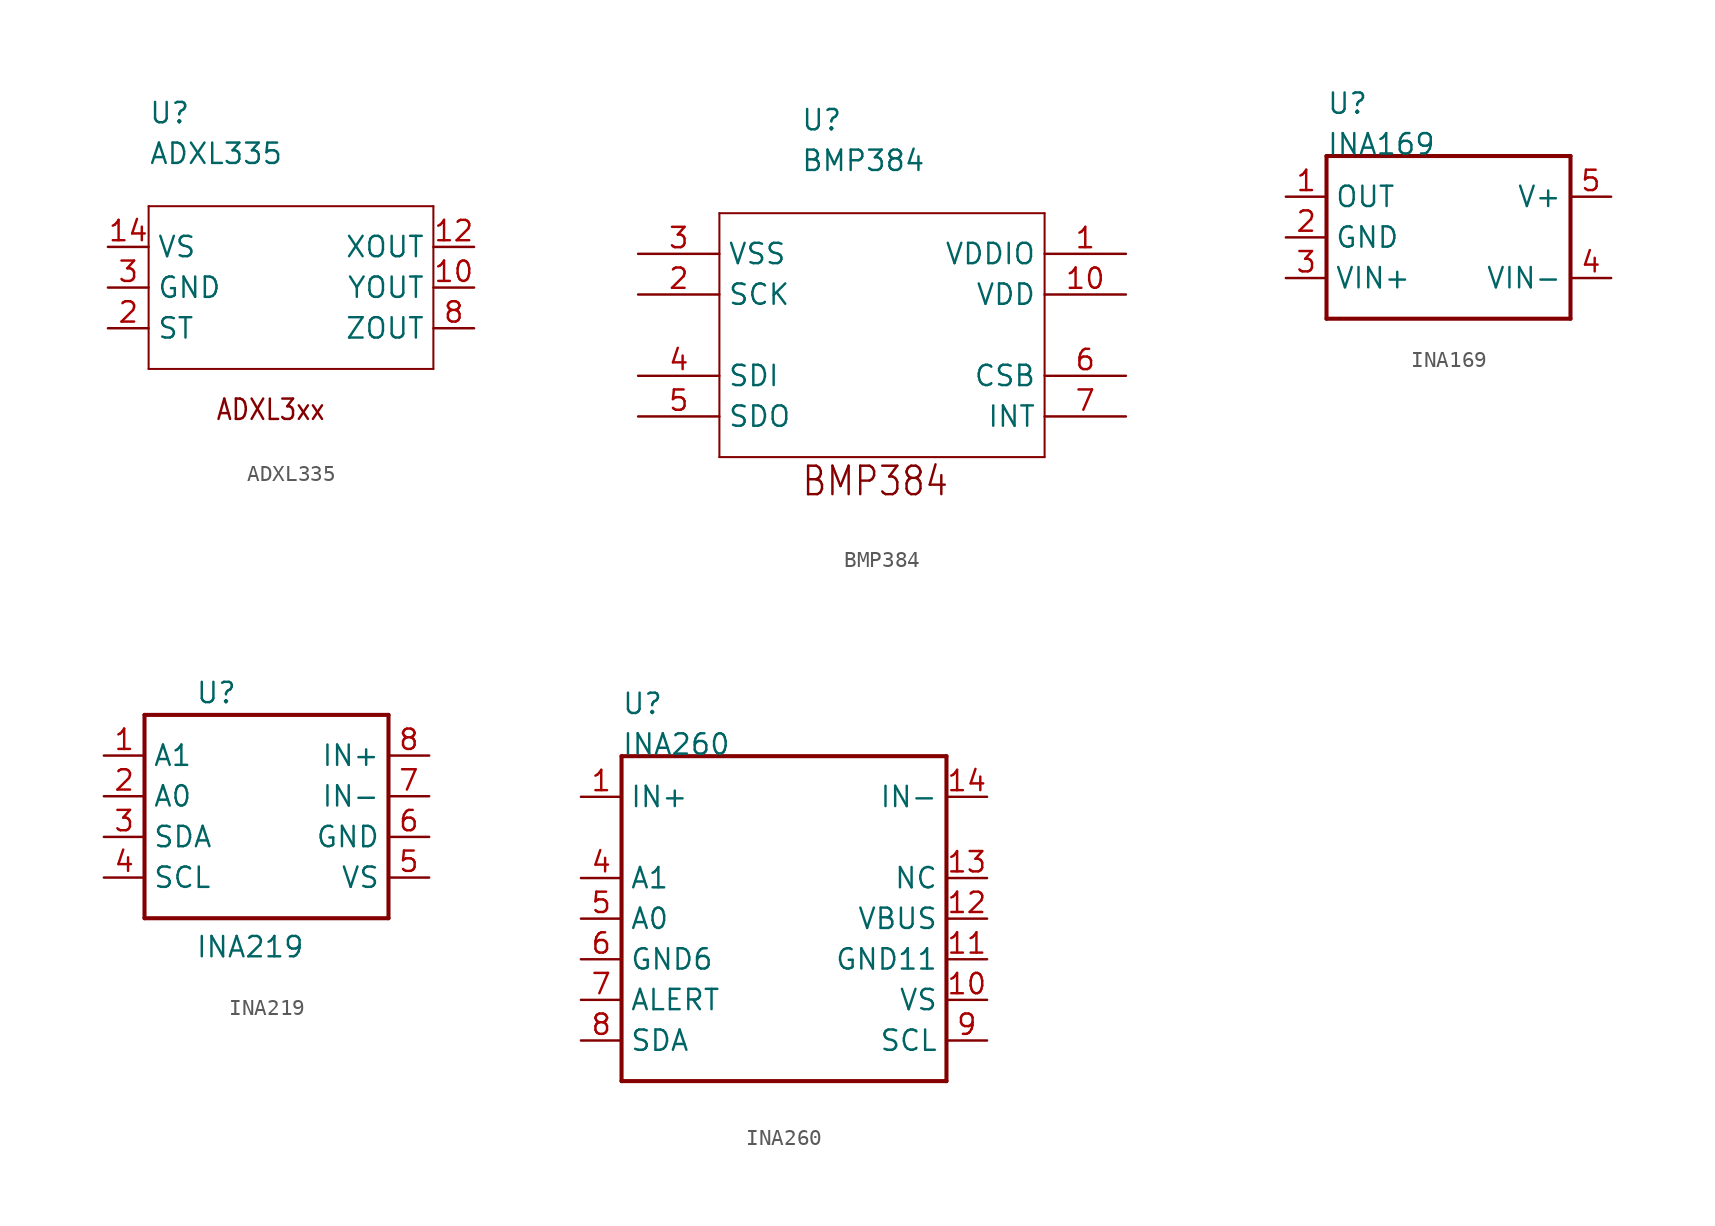
<source format=kicad_sym>
(kicad_symbol_lib
  (version 20211014)
  (generator kicad_symbol_editor)
  (symbol "ADXL335"
    (pin_names)
    (property "Reference" "U"
      (at -7.62 10.16 0)
      (effects (font (size 1.27 1.27)) (justify left bottom)))
    (property "Value" "ADXL335"
      (at -7.62 7.62 0)
      (effects (font (size 1.27 1.27)) (justify left bottom)))
    (property "Datasheet" ""
      (at 0 0 0))
    (property "ki_description" "ADXL335  -Small, Low Power, 3-Axis +/- 3g Accelerometer   Technical Specifications:    Dimensions: 4mm X 4mm X 1.45mm LFCSP   Shock Survival: 10,000 g        Component Search:  [DATA SHEET NAME]   Datasheet:  ADXL335 "
      (at 0 0 0))
    (property "ki_fp_filters" "FlashPCB_Sensors:16-LQFN-EXPOSED-PAD"
      (at 0 0 0))
    (symbol "ADXL335_1_1"
      (text "ADXL3xx" (at 0 -7.62 0) (effects (font (size 1.27 1.086))))
      (polyline (pts (xy -7.62 5.08) (xy 10.16 5.08)) (stroke (width 0.127)) (fill (type none)))
      (polyline (pts (xy 10.16 5.08) (xy 10.16 -5.08)) (stroke (width 0.127)) (fill (type none)))
      (polyline (pts (xy 10.16 -5.08) (xy -7.62 -5.08)) (stroke (width 0.127)) (fill (type none)))
      (polyline (pts (xy -7.62 -5.08) (xy -7.62 5.08)) (stroke (width 0.127)) (fill (type none)))
      (pin bidirectional line (at -10.16 -2.54 0) (length 2.54) (name "ST" (effects (font (size 1.27 1.27)))) (number "2" (effects (font (size 1.27 1.27)))))
      (pin power_in line (at -10.16 0 0) (length 2.54) (name "GND" (effects (font (size 1.27 1.27)))) (number "3" (effects (font (size 1.27 1.27)))))
      (pin power_in line (at -10.16 0 0) (length 2.54) hide (name "GND" (effects (font (size 1.27 1.27)))) (number "5" (effects (font (size 1.27 1.27)))))
      (pin power_in line (at -10.16 0 0) (length 2.54) hide (name "GND" (effects (font (size 1.27 1.27)))) (number "6" (effects (font (size 1.27 1.27)))))
      (pin power_in line (at -10.16 0 0) (length 2.54) hide (name "GND" (effects (font (size 1.27 1.27)))) (number "7" (effects (font (size 1.27 1.27)))))
      (pin bidirectional line (at 12.7 -2.54 180) (length 2.54) (name "ZOUT" (effects (font (size 1.27 1.27)))) (number "8" (effects (font (size 1.27 1.27)))))
      (pin output line (at 12.7 0 180) (length 2.54) (name "YOUT" (effects (font (size 1.27 1.27)))) (number "10" (effects (font (size 1.27 1.27)))))
      (pin power_in line (at -10.16 2.54 0) (length 2.54) (name "VS" (effects (font (size 1.27 1.27)))) (number "14" (effects (font (size 1.27 1.27)))))
      (pin power_in line (at -10.16 2.54 0) (length 2.54) hide (name "VS" (effects (font (size 1.27 1.27)))) (number "15" (effects (font (size 1.27 1.27)))))
      (pin bidirectional line (at 12.7 2.54 180) (length 2.54) (name "XOUT" (effects (font (size 1.27 1.27)))) (number "12" (effects (font (size 1.27 1.27)))))))
  (symbol "BMP384"
    (pin_names)
    (property "Reference" "U"
      (at -5.08 12.7 0)
      (effects (font (size 1.27 1.27)) (justify left bottom)))
    (property "Value" "BMP384"
      (at -5.08 10.16 0)
      (effects (font (size 1.27 1.27)) (justify left bottom)))
    (property "Datasheet" ""
      (at 0 0 0))
    (property "ki_description" "BMP380  - Pressure Sensor IC  Technical Specifications:    Description: Pressure Sensor 4.35 ~ 18.13PSI (30 ~ 125kPa)    Pressure Type: Absolute   Output Type: I2C, SPIT   Accuracy: +/- 0.05kPa   Voltage Supply: 1.65V ~ 3.6V       Component Search:  BMP384   Datasheet:  Newsletter-Template-DE  "
      (at 0 0 0))
    (property "ki_fp_filters" "FlashPCB_Sensors:10-LGA(2X2)"
      (at 0 0 0))
    (symbol "BMP384_1_1"
      (text "BMP384" (at -5.08 -10.16 0) (effects (font (size 1.778 1.52)) (justify left bottom)))
      (polyline (pts (xy -10.16 7.62) (xy 10.16 7.62)) (stroke (width 0.127)) (fill (type none)))
      (polyline (pts (xy 10.16 7.62) (xy 10.16 -7.62)) (stroke (width 0.127)) (fill (type none)))
      (polyline (pts (xy 10.16 -7.62) (xy -10.16 -7.62)) (stroke (width 0.127)) (fill (type none)))
      (polyline (pts (xy -10.16 -7.62) (xy -10.16 7.62)) (stroke (width 0.127)) (fill (type none)))
      (pin bidirectional line (at 15.24 5.08 180) (length 5.08) (name "VDDIO" (effects (font (size 1.27 1.27)))) (number "1" (effects (font (size 1.27 1.27)))))
      (pin bidirectional line (at -15.24 2.54 0) (length 5.08) (name "SCK" (effects (font (size 1.27 1.27)))) (number "2" (effects (font (size 1.27 1.27)))))
      (pin bidirectional line (at -15.24 5.08 0) (length 5.08) (name "VSS" (effects (font (size 1.27 1.27)))) (number "3" (effects (font (size 1.27 1.27)))))
      (pin bidirectional line (at -15.24 5.08 0) (length 5.08) hide (name "VSS" (effects (font (size 1.27 1.27)))) (number "8" (effects (font (size 1.27 1.27)))))
      (pin bidirectional line (at -15.24 5.08 0) (length 5.08) hide (name "VSS" (effects (font (size 1.27 1.27)))) (number "9" (effects (font (size 1.27 1.27)))))
      (pin bidirectional line (at -15.24 -2.54 0) (length 5.08) (name "SDI" (effects (font (size 1.27 1.27)))) (number "4" (effects (font (size 1.27 1.27)))))
      (pin bidirectional line (at -15.24 -5.08 0) (length 5.08) (name "SDO" (effects (font (size 1.27 1.27)))) (number "5" (effects (font (size 1.27 1.27)))))
      (pin bidirectional line (at 15.24 -2.54 180) (length 5.08) (name "CSB" (effects (font (size 1.27 1.27)))) (number "6" (effects (font (size 1.27 1.27)))))
      (pin bidirectional line (at 15.24 -5.08 180) (length 5.08) (name "INT" (effects (font (size 1.27 1.27)))) (number "7" (effects (font (size 1.27 1.27)))))
      (pin bidirectional line (at 15.24 2.54 180) (length 5.08) (name "VDD" (effects (font (size 1.27 1.27)))) (number "10" (effects (font (size 1.27 1.27)))))))
  (symbol "INA169"
    (pin_names)
    (property "Reference" "U"
      (at -7.62 7.62 0)
      (effects (font (size 1.27 1.27)) (justify left bottom)))
    (property "Value" "INA169"
      (at -7.62 5.08 0)
      (effects (font (size 1.27 1.27)) (justify left bottom)))
    (property "Datasheet" ""
      (at 0 0 0))
    (property "ki_description" " INA169/139   - IC CURRENT MONITOR 0.5%    Technical Specifications:     Function: Current Monitor    Sensing Method: High-Side    Accuracy: +/- 0.5%     Voltage - Input: INA169: 2.7V ~ 60V, INA139: 2.7V ~ 40V        Component Search:  INA169   Datasheet:  High-Side Measurement Current Shunt Monitor (Rev. D)  "
      (at 0 0 0))
    (property "ki_fp_filters" "FlashPCB_Sensors:SOT-23-5"
      (at 0 0 0))
    (symbol "INA169_1_1"
      (polyline (pts (xy -7.62 5.08) (xy -7.62 -5.08)) (stroke (width 0.254)) (fill (type none)))
      (polyline (pts (xy -7.62 -5.08) (xy 7.62 -5.08)) (stroke (width 0.254)) (fill (type none)))
      (polyline (pts (xy 7.62 -5.08) (xy 7.62 5.08)) (stroke (width 0.254)) (fill (type none)))
      (polyline (pts (xy 7.62 5.08) (xy -7.62 5.08)) (stroke (width 0.254)) (fill (type none)))
      (pin bidirectional line (at -10.16 2.54 0) (length 2.54) (name "OUT" (effects (font (size 1.27 1.27)))) (number "1" (effects (font (size 1.27 1.27)))))
      (pin bidirectional line (at -10.16 0 0) (length 2.54) (name "GND" (effects (font (size 1.27 1.27)))) (number "2" (effects (font (size 1.27 1.27)))))
      (pin bidirectional line (at -10.16 -2.54 0) (length 2.54) (name "VIN+" (effects (font (size 1.27 1.27)))) (number "3" (effects (font (size 1.27 1.27)))))
      (pin bidirectional line (at 10.16 -2.54 180) (length 2.54) (name "VIN-" (effects (font (size 1.27 1.27)))) (number "4" (effects (font (size 1.27 1.27)))))
      (pin bidirectional line (at 10.16 2.54 180) (length 2.54) (name "V+" (effects (font (size 1.27 1.27)))) (number "5" (effects (font (size 1.27 1.27)))))))
  (symbol "INA219"
    (pin_names)
    (property "Reference" "U"
      (at -4.445 5.715 0)
      (effects (font (size 1.27 1.27)) (justify left bottom)))
    (property "Value" "INA219"
      (at -4.445 -10.16 0)
      (effects (font (size 1.27 1.27)) (justify left bottom)))
    (property "Datasheet" ""
      (at 0 0 0))
    (property "ki_description" "INA219BIDR   - Current Monitor Regulator High-Side 10mA 8-SOIC    Technical Specifications:     Function; Current Monitor     I2C / SMBUS Compatible     Sensing Method: High-Side   Accuracy +/- 5%     Voltage - Input: 0V ~26V     Current - Output: 10mA           Component Search:  INA219    Datasheet:  INA219 Zerø-Drift, Bidirectional Current/Power Monitor With I2C Interface datasheet (Rev. G)  "
      (at 0 0 0))
    (property "ki_fp_filters" "FlashPCB_Sensors:SOIC-8-150MIL-3.9MM"
      (at 0 0 0))
    (symbol "INA219_1_1"
      (polyline (pts (xy -7.62 5.08) (xy 7.62 5.08)) (stroke (width 0.254)) (fill (type none)))
      (polyline (pts (xy 7.62 5.08) (xy 7.62 -7.62)) (stroke (width 0.254)) (fill (type none)))
      (polyline (pts (xy 7.62 -7.62) (xy -7.62 -7.62)) (stroke (width 0.254)) (fill (type none)))
      (polyline (pts (xy -7.62 -7.62) (xy -7.62 5.08)) (stroke (width 0.254)) (fill (type none)))
      (pin bidirectional line (at -10.16 2.54 0) (length 2.54) (name "A1" (effects (font (size 1.27 1.27)))) (number "1" (effects (font (size 1.27 1.27)))))
      (pin bidirectional line (at -10.16 0 0) (length 2.54) (name "A0" (effects (font (size 1.27 1.27)))) (number "2" (effects (font (size 1.27 1.27)))))
      (pin bidirectional line (at -10.16 -2.54 0) (length 2.54) (name "SDA" (effects (font (size 1.27 1.27)))) (number "3" (effects (font (size 1.27 1.27)))))
      (pin bidirectional line (at -10.16 -5.08 0) (length 2.54) (name "SCL" (effects (font (size 1.27 1.27)))) (number "4" (effects (font (size 1.27 1.27)))))
      (pin bidirectional line (at 10.16 -5.08 180) (length 2.54) (name "VS" (effects (font (size 1.27 1.27)))) (number "5" (effects (font (size 1.27 1.27)))))
      (pin bidirectional line (at 10.16 -2.54 180) (length 2.54) (name "GND" (effects (font (size 1.27 1.27)))) (number "6" (effects (font (size 1.27 1.27)))))
      (pin bidirectional line (at 10.16 0 180) (length 2.54) (name "IN-" (effects (font (size 1.27 1.27)))) (number "7" (effects (font (size 1.27 1.27)))))
      (pin bidirectional line (at 10.16 2.54 180) (length 2.54) (name "IN+" (effects (font (size 1.27 1.27)))) (number "8" (effects (font (size 1.27 1.27)))))))
  (symbol "INA260"
    (pin_names)
    (property "Reference" "U"
      (at -10.16 12.7 0)
      (effects (font (size 1.27 1.27)) (justify left bottom)))
    (property "Value" "INA260"
      (at -10.16 10.16 0)
      (effects (font (size 1.27 1.27)) (justify left bottom)))
    (property "Datasheet" ""
      (at 0 0 0))
    (property "ki_description" " INA260   - IC MONITOR PWR/CURR   Technical Specifications:     Current Monitor Regulator High/Low-Side 10mA    Sensing Method: High/Low-Side     Accuracy: +/- 0.02%     Voltage - Input: 0V ~ 36V     Current - Output: 10mA       Component Search:  INA260   Datasheet:  INA260 Precision Digital Current and Power Monitor With Low-Drift, Precision Integrated Shunt datasheet (Rev. C)  "
      (at 0 0 0))
    (property "ki_fp_filters" "FlashPCB_Sensors:16-TSSOP"
      (at 0 0 0))
    (symbol "INA260_1_1"
      (polyline (pts (xy -10.16 10.16) (xy 10.16 10.16)) (stroke (width 0.254)) (fill (type none)))
      (polyline (pts (xy 10.16 10.16) (xy 10.16 -10.16)) (stroke (width 0.254)) (fill (type none)))
      (polyline (pts (xy 10.16 -10.16) (xy -10.16 -10.16)) (stroke (width 0.254)) (fill (type none)))
      (polyline (pts (xy -10.16 -10.16) (xy -10.16 10.16)) (stroke (width 0.254)) (fill (type none)))
      (pin bidirectional line (at -12.7 7.62 0) (length 2.54) (name "IN+" (effects (font (size 1.27 1.27)))) (number "1" (effects (font (size 1.27 1.27)))))
      (pin bidirectional line (at -12.7 7.62 0) (length 2.54) hide (name "IN+" (effects (font (size 1.27 1.27)))) (number "2" (effects (font (size 1.27 1.27)))))
      (pin bidirectional line (at -12.7 7.62 0) (length 2.54) hide (name "IN+" (effects (font (size 1.27 1.27)))) (number "3" (effects (font (size 1.27 1.27)))))
      (pin bidirectional line (at -12.7 2.54 0) (length 2.54) (name "A1" (effects (font (size 1.27 1.27)))) (number "4" (effects (font (size 1.27 1.27)))))
      (pin bidirectional line (at -12.7 0 0) (length 2.54) (name "A0" (effects (font (size 1.27 1.27)))) (number "5" (effects (font (size 1.27 1.27)))))
      (pin bidirectional line (at -12.7 -2.54 0) (length 2.54) (name "GND6" (effects (font (size 1.27 1.27)))) (number "6" (effects (font (size 1.27 1.27)))))
      (pin bidirectional line (at -12.7 -5.08 0) (length 2.54) (name "ALERT" (effects (font (size 1.27 1.27)))) (number "7" (effects (font (size 1.27 1.27)))))
      (pin bidirectional line (at -12.7 -7.62 0) (length 2.54) (name "SDA" (effects (font (size 1.27 1.27)))) (number "8" (effects (font (size 1.27 1.27)))))
      (pin bidirectional line (at 12.7 -7.62 180) (length 2.54) (name "SCL" (effects (font (size 1.27 1.27)))) (number "9" (effects (font (size 1.27 1.27)))))
      (pin bidirectional line (at 12.7 -5.08 180) (length 2.54) (name "VS" (effects (font (size 1.27 1.27)))) (number "10" (effects (font (size 1.27 1.27)))))
      (pin bidirectional line (at 12.7 0 180) (length 2.54) (name "VBUS" (effects (font (size 1.27 1.27)))) (number "12" (effects (font (size 1.27 1.27)))))
      (pin bidirectional line (at 12.7 2.54 180) (length 2.54) (name "NC" (effects (font (size 1.27 1.27)))) (number "13" (effects (font (size 1.27 1.27)))))
      (pin bidirectional line (at 12.7 7.62 180) (length 2.54) (name "IN-" (effects (font (size 1.27 1.27)))) (number "14" (effects (font (size 1.27 1.27)))))
      (pin bidirectional line (at 12.7 7.62 180) (length 2.54) hide (name "IN-" (effects (font (size 1.27 1.27)))) (number "15" (effects (font (size 1.27 1.27)))))
      (pin bidirectional line (at 12.7 7.62 180) (length 2.54) hide (name "IN-" (effects (font (size 1.27 1.27)))) (number "16" (effects (font (size 1.27 1.27)))))
      (pin bidirectional line (at 12.7 -2.54 180) (length 2.54) (name "GND11" (effects (font (size 1.27 1.27)))) (number "11" (effects (font (size 1.27 1.27))))))))
</source>
